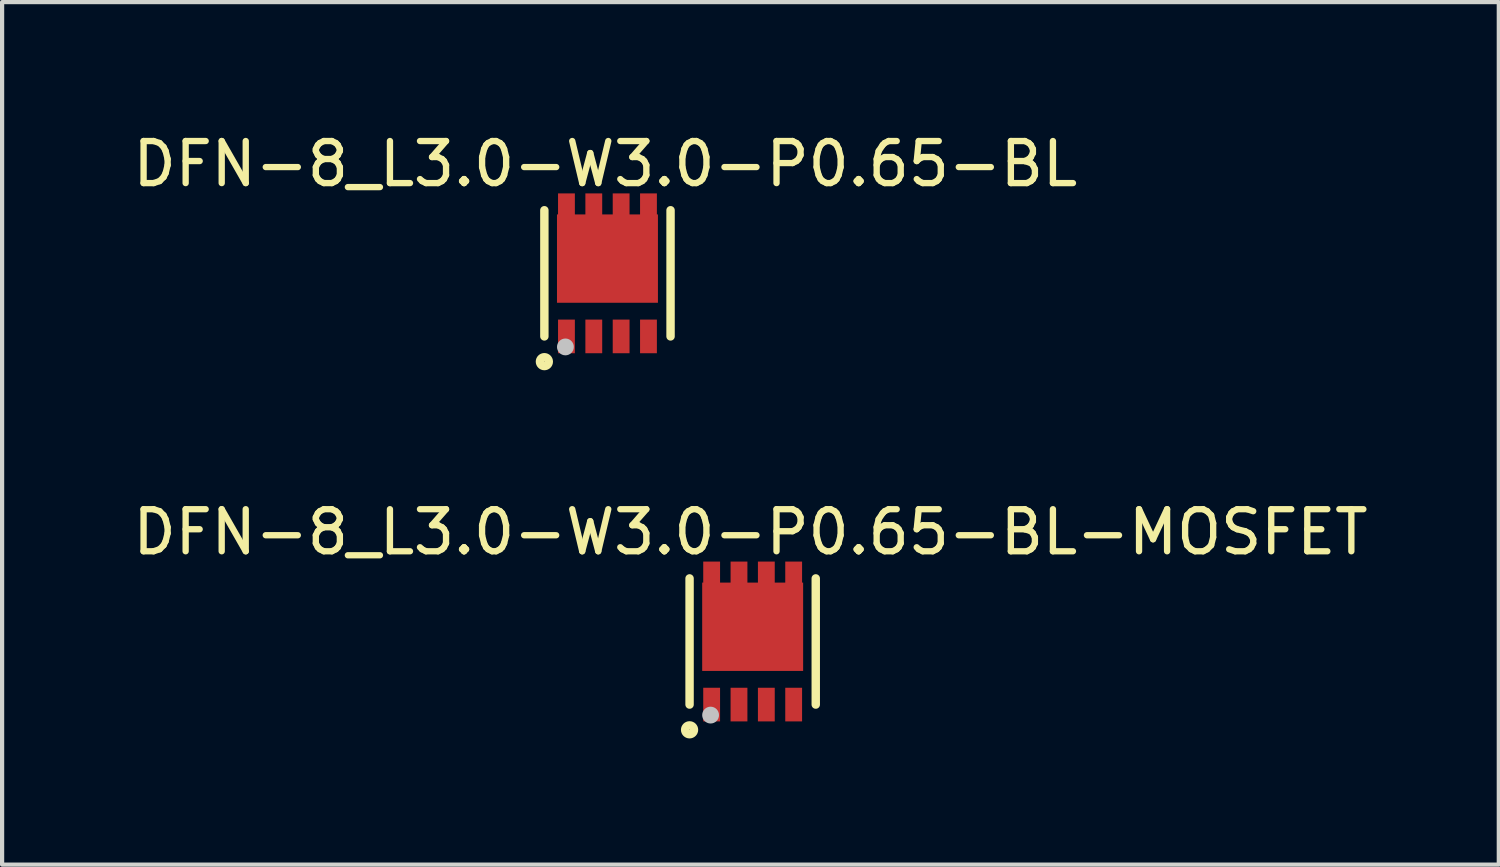
<source format=kicad_pcb>
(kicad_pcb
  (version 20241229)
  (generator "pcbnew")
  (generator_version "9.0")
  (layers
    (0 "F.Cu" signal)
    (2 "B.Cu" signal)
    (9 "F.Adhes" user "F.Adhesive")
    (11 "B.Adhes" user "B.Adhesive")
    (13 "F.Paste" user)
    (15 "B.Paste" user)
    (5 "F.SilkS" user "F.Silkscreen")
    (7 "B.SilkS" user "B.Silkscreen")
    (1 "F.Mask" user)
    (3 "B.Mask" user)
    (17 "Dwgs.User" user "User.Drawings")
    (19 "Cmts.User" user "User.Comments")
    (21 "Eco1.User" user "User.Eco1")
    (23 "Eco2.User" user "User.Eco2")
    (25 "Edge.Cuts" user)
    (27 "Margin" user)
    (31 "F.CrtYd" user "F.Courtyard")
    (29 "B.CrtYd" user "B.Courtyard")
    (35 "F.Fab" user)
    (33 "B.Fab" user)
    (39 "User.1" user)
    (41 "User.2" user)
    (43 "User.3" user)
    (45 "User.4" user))
  (footprint "DFN-8_L3.0-W3.0-P0.65-BL-MOSFET"
    (layer "F.Cu")
    (at 14.844 12.201)
    (property "Reference" "DFN-8_L3.0-W3.0-P0.65-BL-MOSFET" (at -0.052 -2.6 0) (layer "F.SilkS") (effects (font (size 1 1) (thickness 0.15))))
    (fp_line (start -1.5 -1.5) (end -1.5 1.5) (stroke (width 0.2) (type default)) (layer "F.SilkS"))
    (fp_line (start 1.5 -1.5) (end 1.5 1.5) (stroke (width 0.2) (type default)) (layer "F.SilkS"))
    (fp_circle (center -1.5 2.1) (end -1.395 2.1) (stroke (width 0.2) (type default)) (fill no) (layer "F.SilkS"))
    (fp_poly (pts (xy -0.775 1.9) (xy -1.175 1.9) (xy -1.175 1.1) (xy -0.775 1.1)) (stroke (width 0) (type default)) (fill yes) (layer "F.Paste"))
    (fp_poly (pts (xy -0.124 1.9) (xy -0.524 1.9) (xy -0.524 1.1) (xy -0.124 1.1)) (stroke (width 0) (type default)) (fill yes) (layer "F.Paste"))
    (fp_poly (pts (xy 0.525 1.9) (xy 0.126 1.9) (xy 0.126 1.1) (xy 0.525 1.1)) (stroke (width 0) (type default)) (fill yes) (layer "F.Paste"))
    (fp_poly (pts (xy 1.175 1.9) (xy 0.775 1.9) (xy 0.775 1.1) (xy 1.175 1.1)) (stroke (width 0) (type default)) (fill yes) (layer "F.Paste"))
    (fp_poly (pts (xy 1.2 0.7) (xy -1.2 0.7) (xy -1.2 -1.4) (xy -1.175 -1.4) (xy -1.175 -1.9) (xy -0.775 -1.9) (xy -0.775 -1.4) (xy -0.525 -1.4) (xy -0.525 -1.9) (xy -0.125 -1.9) (xy -0.125 -1.4) (xy 0.125 -1.4) (xy 0.125 -1.9) (xy 0.525 -1.9) (xy 0.525 -1.4) (xy 0.775 -1.4) (xy 0.775 -1.9) (xy 1.175 -1.9) (xy 1.175 -1.4) (xy 1.2 -1.4)) (stroke (width 0) (type default)) (fill yes) (layer "F.Paste"))
    (fp_circle (center -1 1.75) (end -0.9 1.75) (stroke (width 0.2) (type default)) (fill no) (layer "Dwgs.User"))
    (fp_poly (pts (xy -1.175 -1.35) (xy 1.175 -1.35) (xy 1.175 0.65) (xy -1.175 0.65)) (stroke (width 0.1) (type default)) (fill no) (layer "User.1"))
    (fp_poly (pts (xy -0.825 -1.2) (xy -1.125 -1.2) (xy -1.125 -1.6) (xy -0.825 -1.6)) (stroke (width 0.1) (type default)) (fill no) (layer "User.1"))
    (fp_poly (pts (xy -0.825 1.6) (xy -1.125 1.6) (xy -1.125 1.2) (xy -0.825 1.2)) (stroke (width 0.1) (type default)) (fill no) (layer "User.1"))
    (fp_poly (pts (xy -0.175 -1.2) (xy -0.475 -1.2) (xy -0.475 -1.6) (xy -0.175 -1.6)) (stroke (width 0.1) (type default)) (fill no) (layer "User.1"))
    (fp_poly (pts (xy -0.175 1.6) (xy -0.475 1.6) (xy -0.475 1.2) (xy -0.175 1.2)) (stroke (width 0.1) (type default)) (fill no) (layer "User.1"))
    (fp_poly (pts (xy 0.475 -1.2) (xy 0.175 -1.2) (xy 0.175 -1.6) (xy 0.475 -1.6)) (stroke (width 0.1) (type default)) (fill no) (layer "User.1"))
    (fp_poly (pts (xy 0.475 1.6) (xy 0.175 1.6) (xy 0.175 1.2) (xy 0.475 1.2)) (stroke (width 0.1) (type default)) (fill no) (layer "User.1"))
    (fp_poly (pts (xy 1.125 -1.2) (xy 0.825 -1.2) (xy 0.825 -1.6) (xy 1.125 -1.6)) (stroke (width 0.1) (type default)) (fill no) (layer "User.1"))
    (fp_poly (pts (xy 1.125 1.6) (xy 0.825 1.6) (xy 0.825 1.2) (xy 1.125 1.2)) (stroke (width 0.1) (type default)) (fill no) (layer "User.1"))
    (fp_line (start -1.5 -1.5) (end 1.5 -1.5) (stroke (width 0.051) (type default)) (layer "User.2"))
    (fp_line (start -1.5 1.5) (end -1.5 -1.5) (stroke (width 0.051) (type default)) (layer "User.2"))
    (fp_line (start 1.5 -1.5) (end 1.5 1.5) (stroke (width 0.051) (type default)) (layer "User.2"))
    (fp_line (start 1.5 1.5) (end -1.5 1.5) (stroke (width 0.051) (type default)) (layer "User.2"))
    (fp_poly (pts (xy -1.445 1.577) (xy -1.477 1.545) (xy -1.523 1.545) (xy -1.555 1.577) (xy -1.555 1.623) (xy -1.523 1.655) (xy -1.477 1.655) (xy -1.445 1.623)) (stroke (width 0.1) (type default)) (fill no) (layer "User.3"))
    (pad "1" smd rect (at -0.975 1.5 180) (size 0.4 0.8) (layers "F.Cu" "F.Mask" "F.Paste"))
    (pad "1" smd rect (at -0.325 1.5 180) (size 0.4 0.8) (layers "F.Cu" "F.Mask" "F.Paste"))
    (pad "1" smd rect (at 0.325 1.5 180) (size 0.4 0.8) (layers "F.Cu" "F.Mask" "F.Paste"))
    (pad "2" smd rect (at 0.975 1.5 180) (size 0.4 0.8) (layers "F.Cu" "F.Mask" "F.Paste"))
    (pad "3" smd rect (at -0.975 -1.5 180) (size 0.4 0.8) (layers "F.Cu" "F.Mask" "F.Paste"))
    (pad "3" smd rect (at -0.325 -1.5 180) (size 0.4 0.8) (layers "F.Cu" "F.Mask" "F.Paste"))
    (pad "3" smd rect (at 0 -0.35) (size 2.4 2.1) (layers "F.Cu" "F.Mask" "F.Paste"))
    (pad "3" smd rect (at 0.325 -1.5 180) (size 0.4 0.8) (layers "F.Cu" "F.Mask" "F.Paste"))
    (pad "3" smd rect (at 0.975 -1.5 180) (size 0.4 0.8) (layers "F.Cu" "F.Mask" "F.Paste")))
  (footprint "DFN-8_L3.0-W3.0-P0.65-BL"
    (layer "F.Cu")
    (at 11.392 3.448)
    (property "Reference" "DFN-8_L3.0-W3.0-P0.65-BL" (at -0.052 -2.6 0) (layer "F.SilkS") (effects (font (size 1 1) (thickness 0.15))))
    (fp_line (start -1.5 -1.5) (end -1.5 1.5) (stroke (width 0.2) (type default)) (layer "F.SilkS"))
    (fp_line (start 1.5 -1.5) (end 1.5 1.5) (stroke (width 0.2) (type default)) (layer "F.SilkS"))
    (fp_circle (center -1.5 2.1) (end -1.395 2.1) (stroke (width 0.2) (type default)) (fill no) (layer "F.SilkS"))
    (fp_poly (pts (xy -0.775 1.9) (xy -1.175 1.9) (xy -1.175 1.1) (xy -0.775 1.1)) (stroke (width 0) (type default)) (fill yes) (layer "F.Paste"))
    (fp_poly (pts (xy -0.124 1.9) (xy -0.524 1.9) (xy -0.524 1.1) (xy -0.124 1.1)) (stroke (width 0) (type default)) (fill yes) (layer "F.Paste"))
    (fp_poly (pts (xy 0.525 1.9) (xy 0.126 1.9) (xy 0.126 1.1) (xy 0.525 1.1)) (stroke (width 0) (type default)) (fill yes) (layer "F.Paste"))
    (fp_poly (pts (xy 1.175 1.9) (xy 0.775 1.9) (xy 0.775 1.1) (xy 1.175 1.1)) (stroke (width 0) (type default)) (fill yes) (layer "F.Paste"))
    (fp_poly (pts (xy 1.2 0.7) (xy -1.2 0.7) (xy -1.2 -1.4) (xy -1.175 -1.4) (xy -1.175 -1.9) (xy -0.775 -1.9) (xy -0.775 -1.4) (xy -0.525 -1.4) (xy -0.525 -1.9) (xy -0.125 -1.9) (xy -0.125 -1.4) (xy 0.125 -1.4) (xy 0.125 -1.9) (xy 0.525 -1.9) (xy 0.525 -1.4) (xy 0.775 -1.4) (xy 0.775 -1.9) (xy 1.175 -1.9) (xy 1.175 -1.4) (xy 1.2 -1.4)) (stroke (width 0) (type default)) (fill yes) (layer "F.Paste"))
    (fp_circle (center -1 1.75) (end -0.9 1.75) (stroke (width 0.2) (type default)) (fill no) (layer "Dwgs.User"))
    (fp_poly (pts (xy -1.175 -1.35) (xy 1.175 -1.35) (xy 1.175 0.65) (xy -1.175 0.65)) (stroke (width 0.1) (type default)) (fill no) (layer "User.1"))
    (fp_poly (pts (xy -0.825 -1.2) (xy -1.125 -1.2) (xy -1.125 -1.6) (xy -0.825 -1.6)) (stroke (width 0.1) (type default)) (fill no) (layer "User.1"))
    (fp_poly (pts (xy -0.825 1.6) (xy -1.125 1.6) (xy -1.125 1.2) (xy -0.825 1.2)) (stroke (width 0.1) (type default)) (fill no) (layer "User.1"))
    (fp_poly (pts (xy -0.175 -1.2) (xy -0.475 -1.2) (xy -0.475 -1.6) (xy -0.175 -1.6)) (stroke (width 0.1) (type default)) (fill no) (layer "User.1"))
    (fp_poly (pts (xy -0.175 1.6) (xy -0.475 1.6) (xy -0.475 1.2) (xy -0.175 1.2)) (stroke (width 0.1) (type default)) (fill no) (layer "User.1"))
    (fp_poly (pts (xy 0.475 -1.2) (xy 0.175 -1.2) (xy 0.175 -1.6) (xy 0.475 -1.6)) (stroke (width 0.1) (type default)) (fill no) (layer "User.1"))
    (fp_poly (pts (xy 0.475 1.6) (xy 0.175 1.6) (xy 0.175 1.2) (xy 0.475 1.2)) (stroke (width 0.1) (type default)) (fill no) (layer "User.1"))
    (fp_poly (pts (xy 1.125 -1.2) (xy 0.825 -1.2) (xy 0.825 -1.6) (xy 1.125 -1.6)) (stroke (width 0.1) (type default)) (fill no) (layer "User.1"))
    (fp_poly (pts (xy 1.125 1.6) (xy 0.825 1.6) (xy 0.825 1.2) (xy 1.125 1.2)) (stroke (width 0.1) (type default)) (fill no) (layer "User.1"))
    (fp_line (start -1.5 -1.5) (end 1.5 -1.5) (stroke (width 0.051) (type default)) (layer "User.2"))
    (fp_line (start -1.5 1.5) (end -1.5 -1.5) (stroke (width 0.051) (type default)) (layer "User.2"))
    (fp_line (start 1.5 -1.5) (end 1.5 1.5) (stroke (width 0.051) (type default)) (layer "User.2"))
    (fp_line (start 1.5 1.5) (end -1.5 1.5) (stroke (width 0.051) (type default)) (layer "User.2"))
    (fp_poly (pts (xy -1.445 1.577) (xy -1.477 1.545) (xy -1.523 1.545) (xy -1.555 1.577) (xy -1.555 1.623) (xy -1.523 1.655) (xy -1.477 1.655) (xy -1.445 1.623)) (stroke (width 0.1) (type default)) (fill no) (layer "User.3"))
    (pad "1" smd rect (at -0.975 1.5 180) (size 0.4 0.8) (layers "F.Cu" "F.Mask" "F.Paste"))
    (pad "2" smd rect (at -0.325 1.5 180) (size 0.4 0.8) (layers "F.Cu" "F.Mask" "F.Paste"))
    (pad "3" smd rect (at 0.325 1.5 180) (size 0.4 0.8) (layers "F.Cu" "F.Mask" "F.Paste"))
    (pad "4" smd rect (at 0.975 1.5 180) (size 0.4 0.8) (layers "F.Cu" "F.Mask" "F.Paste"))
    (pad "5" smd rect (at 0.975 -1.5 180) (size 0.4 0.8) (layers "F.Cu" "F.Mask" "F.Paste"))
    (pad "6" smd rect (at 0.325 -1.5 180) (size 0.4 0.8) (layers "F.Cu" "F.Mask" "F.Paste"))
    (pad "7" smd rect (at -0.325 -1.5 180) (size 0.4 0.8) (layers "F.Cu" "F.Mask" "F.Paste"))
    (pad "8" smd rect (at -0.975 -1.5 180) (size 0.4 0.8) (layers "F.Cu" "F.Mask" "F.Paste"))
    (pad "9" smd rect (at 0 -0.35) (size 2.4 2.1) (layers "F.Cu" "F.Mask" "F.Paste")))
  (gr_rect
    (start -3 -3)
    (end 32.583 17.506)
    (stroke (width 0.1) (type default))
    (fill no)
    (layer "Edge.Cuts")))
</source>
